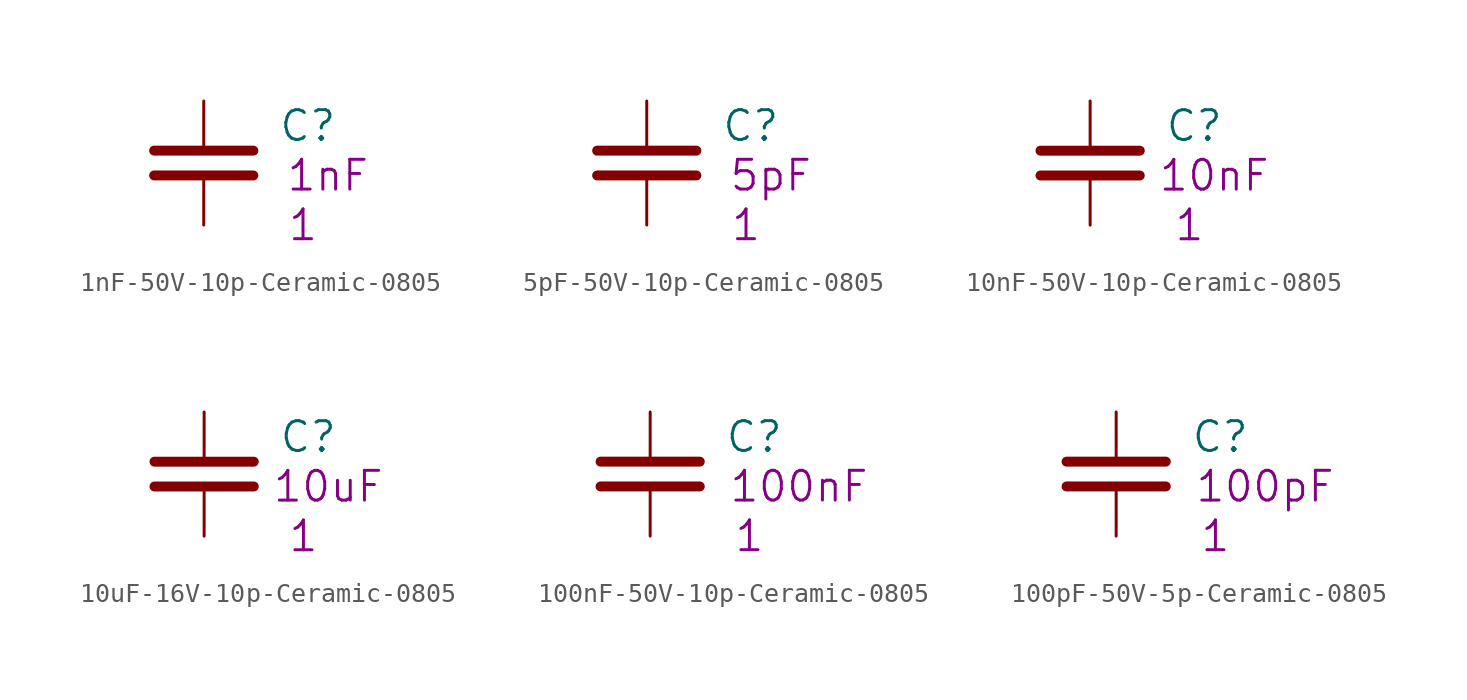
<source format=kicad_sym>
(kicad_symbol_lib
  (version 20201005)
  (generator kicad_symbol_editor)
  (symbol "1nF-50V-10p-Ceramic-0805"
    (pin_numbers hide)
    (pin_names
      (offset 0.254))
    (property "Reference" "C"
      (at 3.81 -1.27 0)
      (effects (font (size 1.524 1.524)) (justify left)))
    (property "Datasheet" ""
      (at 0 0 0)
      (effects (font (size 1.524 1.524))))
    (property "Qty" "1"
      (at 5.08 -6.35 0)
      (effects (font (size 1.524 1.524))))
    (property "Desc1" "1nF"
      (at 6.35 -3.81 0)
      (effects (font (size 1.524 1.524))))
    (symbol "1nF-50V-10p-Ceramic-0805_0_1"
      (polyline (pts (xy -2.54 -3.81) (xy 2.54 -3.81)) (stroke (width 0.508)) (fill (type none)))
      (polyline (pts (xy -2.54 -2.54) (xy 2.54 -2.54)) (stroke (width 0.508)) (fill (type none))))
    (symbol "1nF-50V-10p-Ceramic-0805_1_1"
      (pin passive line (at 0 0 270) (length 2.286) (name "~" (effects (font (size 1.016 1.016)))) (number "1" (effects (font (size 1.016 1.016)))))
      (pin passive line (at 0 -6.35 90) (length 2.286) (name "~" (effects (font (size 1.016 1.016)))) (number "2" (effects (font (size 1.016 1.016)))))))
  (symbol "5pF-50V-10p-Ceramic-0805"
    (pin_numbers hide)
    (pin_names
      (offset 0.254))
    (property "Reference" "C"
      (at 3.81 -1.27 0)
      (effects (font (size 1.524 1.524)) (justify left)))
    (property "Datasheet" ""
      (at 0 0 0)
      (effects (font (size 1.524 1.524))))
    (property "Qty" "1"
      (at 5.08 -6.35 0)
      (effects (font (size 1.524 1.524))))
    (property "Desc1" "5pF"
      (at 6.35 -3.81 0)
      (effects (font (size 1.524 1.524))))
    (symbol "5pF-50V-10p-Ceramic-0805_0_1"
      (polyline (pts (xy -2.54 -3.81) (xy 2.54 -3.81)) (stroke (width 0.508)) (fill (type none)))
      (polyline (pts (xy -2.54 -2.54) (xy 2.54 -2.54)) (stroke (width 0.508)) (fill (type none))))
    (symbol "5pF-50V-10p-Ceramic-0805_1_1"
      (pin passive line (at 0 0 270) (length 2.286) (name "~" (effects (font (size 1.016 1.016)))) (number "1" (effects (font (size 1.016 1.016)))))
      (pin passive line (at 0 -6.35 90) (length 2.286) (name "~" (effects (font (size 1.016 1.016)))) (number "2" (effects (font (size 1.016 1.016)))))))
  (symbol "10nF-50V-10p-Ceramic-0805"
    (pin_numbers hide)
    (pin_names
      (offset 0.254))
    (property "Reference" "C"
      (at 3.81 -1.27 0)
      (effects (font (size 1.524 1.524)) (justify left)))
    (property "Datasheet" ""
      (at 0 0 0)
      (effects (font (size 1.524 1.524))))
    (property "Qty" "1"
      (at 5.08 -6.35 0)
      (effects (font (size 1.524 1.524))))
    (property "Desc1" "10nF"
      (at 6.35 -3.81 0)
      (effects (font (size 1.524 1.524))))
    (symbol "10nF-50V-10p-Ceramic-0805_0_1"
      (polyline (pts (xy -2.54 -3.81) (xy 2.54 -3.81)) (stroke (width 0.508)) (fill (type none)))
      (polyline (pts (xy -2.54 -2.54) (xy 2.54 -2.54)) (stroke (width 0.508)) (fill (type none))))
    (symbol "10nF-50V-10p-Ceramic-0805_1_1"
      (pin passive line (at 0 0 270) (length 2.286) (name "~" (effects (font (size 1.016 1.016)))) (number "1" (effects (font (size 1.016 1.016)))))
      (pin passive line (at 0 -6.35 90) (length 2.286) (name "~" (effects (font (size 1.016 1.016)))) (number "2" (effects (font (size 1.016 1.016)))))))
  (symbol "10uF-16V-10p-Ceramic-0805"
    (pin_numbers hide)
    (pin_names
      (offset 0.254))
    (property "Reference" "C"
      (at 3.81 -1.27 0)
      (effects (font (size 1.524 1.524)) (justify left)))
    (property "Datasheet" ""
      (at 0 0 0)
      (effects (font (size 1.524 1.524))))
    (property "Qty" "1"
      (at 5.08 -6.35 0)
      (effects (font (size 1.524 1.524))))
    (property "Desc1" "10uF"
      (at 6.35 -3.81 0)
      (effects (font (size 1.524 1.524))))
    (symbol "10uF-16V-10p-Ceramic-0805_0_1"
      (polyline (pts (xy -2.54 -3.81) (xy 2.54 -3.81)) (stroke (width 0.508)) (fill (type none)))
      (polyline (pts (xy -2.54 -2.54) (xy 2.54 -2.54)) (stroke (width 0.508)) (fill (type none))))
    (symbol "10uF-16V-10p-Ceramic-0805_1_1"
      (pin passive line (at 0 0 270) (length 2.286) (name "~" (effects (font (size 1.016 1.016)))) (number "1" (effects (font (size 1.016 1.016)))))
      (pin passive line (at 0 -6.35 90) (length 2.286) (name "~" (effects (font (size 1.016 1.016)))) (number "2" (effects (font (size 1.016 1.016)))))))
  (symbol "100nF-50V-10p-Ceramic-0805"
    (pin_numbers hide)
    (pin_names
      (offset 0.254))
    (property "Reference" "C"
      (at 3.81 -1.27 0)
      (effects (font (size 1.524 1.524)) (justify left)))
    (property "Datasheet" ""
      (at 0 0 0)
      (effects (font (size 1.524 1.524))))
    (property "Qty" "1"
      (at 5.08 -6.35 0)
      (effects (font (size 1.524 1.524))))
    (property "Desc1" "100nF"
      (at 7.62 -3.81 0)
      (effects (font (size 1.524 1.524))))
    (symbol "100nF-50V-10p-Ceramic-0805_0_1"
      (polyline (pts (xy -2.54 -3.81) (xy 2.54 -3.81)) (stroke (width 0.508)) (fill (type none)))
      (polyline (pts (xy -2.54 -2.54) (xy 2.54 -2.54)) (stroke (width 0.508)) (fill (type none))))
    (symbol "100nF-50V-10p-Ceramic-0805_1_1"
      (pin passive line (at 0 0 270) (length 2.286) (name "~" (effects (font (size 1.016 1.016)))) (number "1" (effects (font (size 1.016 1.016)))))
      (pin passive line (at 0 -6.35 90) (length 2.286) (name "~" (effects (font (size 1.016 1.016)))) (number "2" (effects (font (size 1.016 1.016)))))))
  (symbol "100pF-50V-5p-Ceramic-0805"
    (pin_numbers hide)
    (pin_names
      (offset 0.254))
    (property "Reference" "C"
      (at 3.81 -1.27 0)
      (effects (font (size 1.524 1.524)) (justify left)))
    (property "Datasheet" ""
      (at 0 0 0)
      (effects (font (size 1.524 1.524))))
    (property "Qty" "1"
      (at 5.08 -6.35 0)
      (effects (font (size 1.524 1.524))))
    (property "Desc1" "100pF"
      (at 7.62 -3.81 0)
      (effects (font (size 1.524 1.524))))
    (symbol "100pF-50V-5p-Ceramic-0805_0_1"
      (polyline (pts (xy -2.54 -3.81) (xy 2.54 -3.81)) (stroke (width 0.508)) (fill (type none)))
      (polyline (pts (xy -2.54 -2.54) (xy 2.54 -2.54)) (stroke (width 0.508)) (fill (type none))))
    (symbol "100pF-50V-5p-Ceramic-0805_1_1"
      (pin passive line (at 0 0 270) (length 2.286) (name "~" (effects (font (size 1.016 1.016)))) (number "1" (effects (font (size 1.016 1.016)))))
      (pin passive line (at 0 -6.35 90) (length 2.286) (name "~" (effects (font (size 1.016 1.016)))) (number "2" (effects (font (size 1.016 1.016))))))))
</source>
